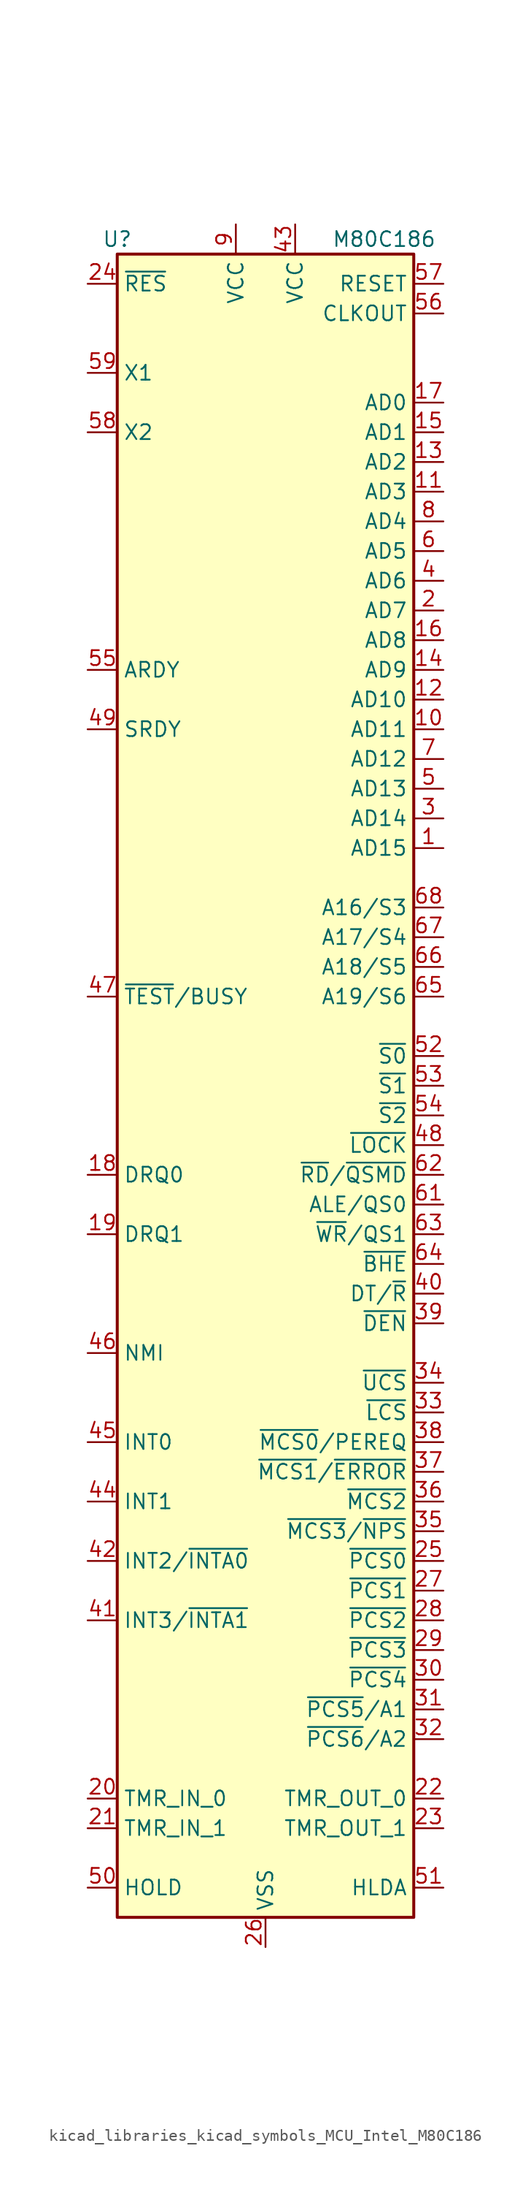
<source format=kicad_sym>
(kicad_symbol_lib
  (version 20220914)
  (generator kicad_symbol_editor)
  (symbol "kicad_libraries_kicad_symbols_MCU_Intel_M80C186"
    (property "Reference" "U"
      (at -12.7 72.39 0)
      (effects (font (size 1.27 1.27))))
    (property "Value" "M80C186"
      (at 10.16 72.39 0)
      (effects (font (size 1.27 1.27))))
    (symbol "kicad_libraries_kicad_symbols_MCU_Intel_M80C186_0_1"
      (rectangle (start 12.7 -71.12) (end -12.7 71.12) (stroke (width 0.254) (type default)) (fill (type background))))
    (symbol "kicad_libraries_kicad_symbols_MCU_Intel_M80C186_1_1"
      (pin bidirectional line (at 15.24 20.32 180) (length 2.54) (name "AD15" (effects (font (size 1.27 1.27)))) (number "1" (effects (font (size 1.27 1.27)))))
      (pin bidirectional line (at 15.24 30.48 180) (length 2.54) (name "AD11" (effects (font (size 1.27 1.27)))) (number "10" (effects (font (size 1.27 1.27)))))
      (pin bidirectional line (at 15.24 50.8 180) (length 2.54) (name "AD3" (effects (font (size 1.27 1.27)))) (number "11" (effects (font (size 1.27 1.27)))))
      (pin bidirectional line (at 15.24 33.02 180) (length 2.54) (name "AD10" (effects (font (size 1.27 1.27)))) (number "12" (effects (font (size 1.27 1.27)))))
      (pin bidirectional line (at 15.24 53.34 180) (length 2.54) (name "AD2" (effects (font (size 1.27 1.27)))) (number "13" (effects (font (size 1.27 1.27)))))
      (pin bidirectional line (at 15.24 35.56 180) (length 2.54) (name "AD9" (effects (font (size 1.27 1.27)))) (number "14" (effects (font (size 1.27 1.27)))))
      (pin bidirectional line (at 15.24 55.88 180) (length 2.54) (name "AD1" (effects (font (size 1.27 1.27)))) (number "15" (effects (font (size 1.27 1.27)))))
      (pin bidirectional line (at 15.24 38.1 180) (length 2.54) (name "AD8" (effects (font (size 1.27 1.27)))) (number "16" (effects (font (size 1.27 1.27)))))
      (pin bidirectional line (at 15.24 58.42 180) (length 2.54) (name "AD0" (effects (font (size 1.27 1.27)))) (number "17" (effects (font (size 1.27 1.27)))))
      (pin input line (at -15.24 -7.62 0) (length 2.54) (name "DRQ0" (effects (font (size 1.27 1.27)))) (number "18" (effects (font (size 1.27 1.27)))))
      (pin input line (at -15.24 -12.7 0) (length 2.54) (name "DRQ1" (effects (font (size 1.27 1.27)))) (number "19" (effects (font (size 1.27 1.27)))))
      (pin bidirectional line (at 15.24 40.64 180) (length 2.54) (name "AD7" (effects (font (size 1.27 1.27)))) (number "2" (effects (font (size 1.27 1.27)))))
      (pin input line (at -15.24 -60.96 0) (length 2.54) (name "TMR_IN_0" (effects (font (size 1.27 1.27)))) (number "20" (effects (font (size 1.27 1.27)))))
      (pin input line (at -15.24 -63.5 0) (length 2.54) (name "TMR_IN_1" (effects (font (size 1.27 1.27)))) (number "21" (effects (font (size 1.27 1.27)))))
      (pin output line (at 15.24 -60.96 180) (length 2.54) (name "TMR_OUT_0" (effects (font (size 1.27 1.27)))) (number "22" (effects (font (size 1.27 1.27)))))
      (pin output line (at 15.24 -63.5 180) (length 2.54) (name "TMR_OUT_1" (effects (font (size 1.27 1.27)))) (number "23" (effects (font (size 1.27 1.27)))))
      (pin input line (at -15.24 68.58 0) (length 2.54) (name "~{RES}" (effects (font (size 1.27 1.27)))) (number "24" (effects (font (size 1.27 1.27)))))
      (pin output line (at 15.24 -40.64 180) (length 2.54) (name "~{PCS0}" (effects (font (size 1.27 1.27)))) (number "25" (effects (font (size 1.27 1.27)))))
      (pin power_in line (at 0 -73.66 90) (length 2.54) (name "VSS" (effects (font (size 1.27 1.27)))) (number "26" (effects (font (size 1.27 1.27)))))
      (pin output line (at 15.24 -43.18 180) (length 2.54) (name "~{PCS1}" (effects (font (size 1.27 1.27)))) (number "27" (effects (font (size 1.27 1.27)))))
      (pin output line (at 15.24 -45.72 180) (length 2.54) (name "~{PCS2}" (effects (font (size 1.27 1.27)))) (number "28" (effects (font (size 1.27 1.27)))))
      (pin output line (at 15.24 -48.26 180) (length 2.54) (name "~{PCS3}" (effects (font (size 1.27 1.27)))) (number "29" (effects (font (size 1.27 1.27)))))
      (pin bidirectional line (at 15.24 22.86 180) (length 2.54) (name "AD14" (effects (font (size 1.27 1.27)))) (number "3" (effects (font (size 1.27 1.27)))))
      (pin output line (at 15.24 -50.8 180) (length 2.54) (name "~{PCS4}" (effects (font (size 1.27 1.27)))) (number "30" (effects (font (size 1.27 1.27)))))
      (pin output line (at 15.24 -53.34 180) (length 2.54) (name "~{PCS5}/A1" (effects (font (size 1.27 1.27)))) (number "31" (effects (font (size 1.27 1.27)))))
      (pin output line (at 15.24 -55.88 180) (length 2.54) (name "~{PCS6}/A2" (effects (font (size 1.27 1.27)))) (number "32" (effects (font (size 1.27 1.27)))))
      (pin output line (at 15.24 -27.94 180) (length 2.54) (name "~{LCS}" (effects (font (size 1.27 1.27)))) (number "33" (effects (font (size 1.27 1.27)))))
      (pin output line (at 15.24 -25.4 180) (length 2.54) (name "~{UCS}" (effects (font (size 1.27 1.27)))) (number "34" (effects (font (size 1.27 1.27)))))
      (pin output line (at 15.24 -38.1 180) (length 2.54) (name "~{MCS3}/~{NPS}" (effects (font (size 1.27 1.27)))) (number "35" (effects (font (size 1.27 1.27)))))
      (pin output line (at 15.24 -35.56 180) (length 2.54) (name "~{MCS2}" (effects (font (size 1.27 1.27)))) (number "36" (effects (font (size 1.27 1.27)))))
      (pin bidirectional line (at 15.24 -33.02 180) (length 2.54) (name "~{MCS1}/~{ERROR}" (effects (font (size 1.27 1.27)))) (number "37" (effects (font (size 1.27 1.27)))))
      (pin bidirectional line (at 15.24 -30.48 180) (length 2.54) (name "~{MCS0}/PEREQ" (effects (font (size 1.27 1.27)))) (number "38" (effects (font (size 1.27 1.27)))))
      (pin output line (at 15.24 -20.32 180) (length 2.54) (name "~{DEN}" (effects (font (size 1.27 1.27)))) (number "39" (effects (font (size 1.27 1.27)))))
      (pin bidirectional line (at 15.24 43.18 180) (length 2.54) (name "AD6" (effects (font (size 1.27 1.27)))) (number "4" (effects (font (size 1.27 1.27)))))
      (pin output line (at 15.24 -17.78 180) (length 2.54) (name "DT/~{R}" (effects (font (size 1.27 1.27)))) (number "40" (effects (font (size 1.27 1.27)))))
      (pin bidirectional line (at -15.24 -45.72 0) (length 2.54) (name "INT3/~{INTA1}" (effects (font (size 1.27 1.27)))) (number "41" (effects (font (size 1.27 1.27)))))
      (pin bidirectional line (at -15.24 -40.64 0) (length 2.54) (name "INT2/~{INTA0}" (effects (font (size 1.27 1.27)))) (number "42" (effects (font (size 1.27 1.27)))))
      (pin power_in line (at 2.54 73.66 270) (length 2.54) (name "VCC" (effects (font (size 1.27 1.27)))) (number "43" (effects (font (size 1.27 1.27)))))
      (pin input line (at -15.24 -35.56 0) (length 2.54) (name "INT1" (effects (font (size 1.27 1.27)))) (number "44" (effects (font (size 1.27 1.27)))))
      (pin input line (at -15.24 -30.48 0) (length 2.54) (name "INT0" (effects (font (size 1.27 1.27)))) (number "45" (effects (font (size 1.27 1.27)))))
      (pin input line (at -15.24 -22.86 0) (length 2.54) (name "NMI" (effects (font (size 1.27 1.27)))) (number "46" (effects (font (size 1.27 1.27)))))
      (pin input line (at -15.24 7.62 0) (length 2.54) (name "~{TEST}/BUSY" (effects (font (size 1.27 1.27)))) (number "47" (effects (font (size 1.27 1.27)))))
      (pin output line (at 15.24 -5.08 180) (length 2.54) (name "~{LOCK}" (effects (font (size 1.27 1.27)))) (number "48" (effects (font (size 1.27 1.27)))))
      (pin input line (at -15.24 30.48 0) (length 2.54) (name "SRDY" (effects (font (size 1.27 1.27)))) (number "49" (effects (font (size 1.27 1.27)))))
      (pin bidirectional line (at 15.24 25.4 180) (length 2.54) (name "AD13" (effects (font (size 1.27 1.27)))) (number "5" (effects (font (size 1.27 1.27)))))
      (pin input line (at -15.24 -68.58 0) (length 2.54) (name "HOLD" (effects (font (size 1.27 1.27)))) (number "50" (effects (font (size 1.27 1.27)))))
      (pin output line (at 15.24 -68.58 180) (length 2.54) (name "HLDA" (effects (font (size 1.27 1.27)))) (number "51" (effects (font (size 1.27 1.27)))))
      (pin output line (at 15.24 2.54 180) (length 2.54) (name "~{S0}" (effects (font (size 1.27 1.27)))) (number "52" (effects (font (size 1.27 1.27)))))
      (pin output line (at 15.24 0 180) (length 2.54) (name "~{S1}" (effects (font (size 1.27 1.27)))) (number "53" (effects (font (size 1.27 1.27)))))
      (pin output line (at 15.24 -2.54 180) (length 2.54) (name "~{S2}" (effects (font (size 1.27 1.27)))) (number "54" (effects (font (size 1.27 1.27)))))
      (pin input line (at -15.24 35.56 0) (length 2.54) (name "ARDY" (effects (font (size 1.27 1.27)))) (number "55" (effects (font (size 1.27 1.27)))))
      (pin output line (at 15.24 66.04 180) (length 2.54) (name "CLKOUT" (effects (font (size 1.27 1.27)))) (number "56" (effects (font (size 1.27 1.27)))))
      (pin output line (at 15.24 68.58 180) (length 2.54) (name "RESET" (effects (font (size 1.27 1.27)))) (number "57" (effects (font (size 1.27 1.27)))))
      (pin output line (at -15.24 55.88 0) (length 2.54) (name "X2" (effects (font (size 1.27 1.27)))) (number "58" (effects (font (size 1.27 1.27)))))
      (pin input line (at -15.24 60.96 0) (length 2.54) (name "X1" (effects (font (size 1.27 1.27)))) (number "59" (effects (font (size 1.27 1.27)))))
      (pin bidirectional line (at 15.24 45.72 180) (length 2.54) (name "AD5" (effects (font (size 1.27 1.27)))) (number "6" (effects (font (size 1.27 1.27)))))
      (pin passive line (at 0 -73.66 90) (length 2.54) hide (name "VSS" (effects (font (size 1.27 1.27)))) (number "60" (effects (font (size 1.27 1.27)))))
      (pin output line (at 15.24 -10.16 180) (length 2.54) (name "ALE/QS0" (effects (font (size 1.27 1.27)))) (number "61" (effects (font (size 1.27 1.27)))))
      (pin output line (at 15.24 -7.62 180) (length 2.54) (name "~{RD}/~{QSMD}" (effects (font (size 1.27 1.27)))) (number "62" (effects (font (size 1.27 1.27)))))
      (pin output line (at 15.24 -12.7 180) (length 2.54) (name "~{WR}/QS1" (effects (font (size 1.27 1.27)))) (number "63" (effects (font (size 1.27 1.27)))))
      (pin output line (at 15.24 -15.24 180) (length 2.54) (name "~{BHE}" (effects (font (size 1.27 1.27)))) (number "64" (effects (font (size 1.27 1.27)))))
      (pin output line (at 15.24 7.62 180) (length 2.54) (name "A19/S6" (effects (font (size 1.27 1.27)))) (number "65" (effects (font (size 1.27 1.27)))))
      (pin output line (at 15.24 10.16 180) (length 2.54) (name "A18/S5" (effects (font (size 1.27 1.27)))) (number "66" (effects (font (size 1.27 1.27)))))
      (pin output line (at 15.24 12.7 180) (length 2.54) (name "A17/S4" (effects (font (size 1.27 1.27)))) (number "67" (effects (font (size 1.27 1.27)))))
      (pin output line (at 15.24 15.24 180) (length 2.54) (name "A16/S3" (effects (font (size 1.27 1.27)))) (number "68" (effects (font (size 1.27 1.27)))))
      (pin bidirectional line (at 15.24 27.94 180) (length 2.54) (name "AD12" (effects (font (size 1.27 1.27)))) (number "7" (effects (font (size 1.27 1.27)))))
      (pin bidirectional line (at 15.24 48.26 180) (length 2.54) (name "AD4" (effects (font (size 1.27 1.27)))) (number "8" (effects (font (size 1.27 1.27)))))
      (pin power_in line (at -2.54 73.66 270) (length 2.54) (name "VCC" (effects (font (size 1.27 1.27)))) (number "9" (effects (font (size 1.27 1.27))))))))
</source>
